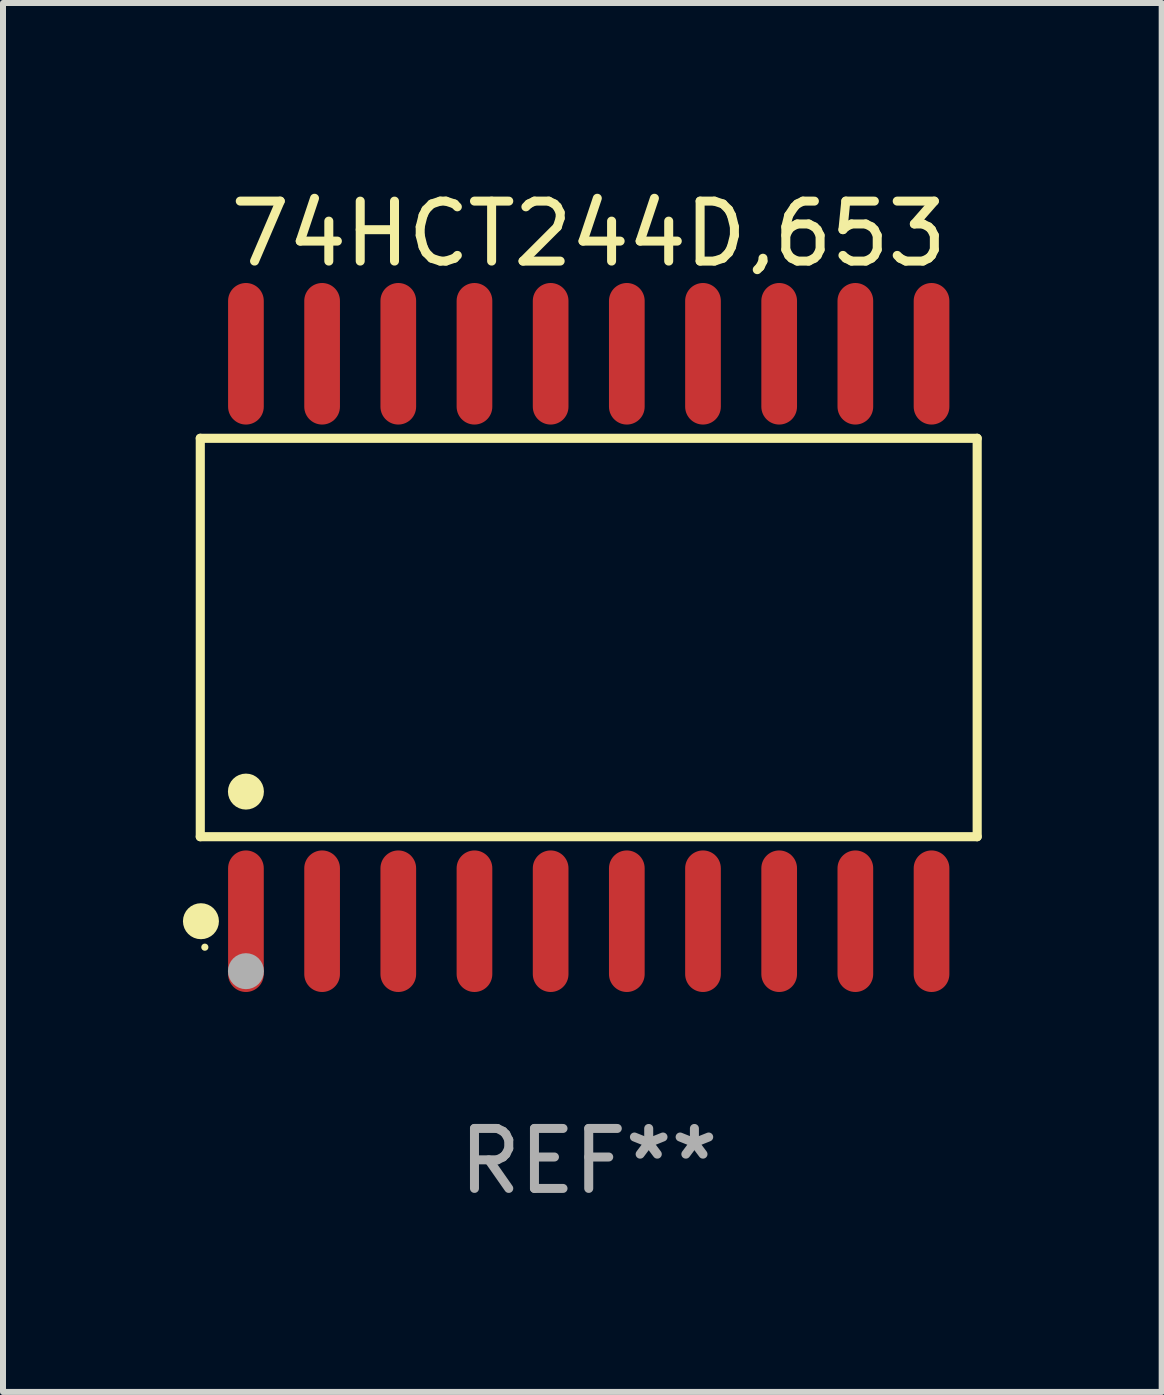
<source format=kicad_pcb>
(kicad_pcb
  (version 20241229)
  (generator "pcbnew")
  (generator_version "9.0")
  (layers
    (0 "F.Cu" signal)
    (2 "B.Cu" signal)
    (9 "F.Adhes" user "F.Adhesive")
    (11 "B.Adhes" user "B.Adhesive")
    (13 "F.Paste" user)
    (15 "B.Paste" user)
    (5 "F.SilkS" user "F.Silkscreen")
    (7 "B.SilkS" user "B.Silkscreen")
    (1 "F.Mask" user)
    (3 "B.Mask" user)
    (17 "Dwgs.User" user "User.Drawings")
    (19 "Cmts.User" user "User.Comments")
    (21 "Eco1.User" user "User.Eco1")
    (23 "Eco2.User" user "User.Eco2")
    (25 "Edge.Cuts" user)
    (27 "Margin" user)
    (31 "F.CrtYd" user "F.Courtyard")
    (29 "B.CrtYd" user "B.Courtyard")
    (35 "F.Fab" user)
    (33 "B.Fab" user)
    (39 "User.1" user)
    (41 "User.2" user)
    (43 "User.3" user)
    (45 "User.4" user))
  (footprint "74HCT244D,653"
    (layer "F.Cu")
    (at 6.765 7.578)
    (property "Reference" "74HCT244D,653" (at 0 -6.73 0) (layer "F.SilkS") (effects (font (size 1 1) (thickness 0.15))))
    (attr through_hole)
    (fp_line (start -6.476 -3.321) (end 6.476 -3.321) (stroke (width 0.152) (type solid)) (layer "F.SilkS"))
    (fp_line (start -6.476 3.321) (end -6.476 -3.321) (stroke (width 0.152) (type solid)) (layer "F.SilkS"))
    (fp_line (start 6.476 -3.321) (end 6.476 3.321) (stroke (width 0.152) (type solid)) (layer "F.SilkS"))
    (fp_line (start 6.476 3.321) (end -6.476 3.321) (stroke (width 0.152) (type solid)) (layer "F.SilkS"))
    (fp_circle (center -6.465 4.73) (end -6.315 4.73) (stroke (width 0.3) (type solid)) (fill no) (layer "F.SilkS"))
    (fp_circle (center -6.4 5.163) (end -6.37 5.163) (stroke (width 0.06) (type solid)) (fill no) (layer "F.SilkS"))
    (fp_circle (center -5.715 2.569) (end -5.565 2.569) (stroke (width 0.3) (type solid)) (fill no) (layer "F.SilkS"))
    (fp_circle (center -5.715 5.563) (end -5.565 5.563) (stroke (width 0.3) (type solid)) (fill no) (layer "F.Fab"))
    (fp_text user "REF**" (at 0 8.73 0) (layer "F.Fab") (effects (font (size 1 1) (thickness 0.15))))
    (pad "1" smd oval (at -5.715 4.73) (size 0.595 2.36) (layers "F.Cu" "F.Mask" "F.Paste"))
    (pad "2" smd oval (at -4.445 4.73) (size 0.595 2.36) (layers "F.Cu" "F.Mask" "F.Paste"))
    (pad "3" smd oval (at -3.175 4.73) (size 0.595 2.36) (layers "F.Cu" "F.Mask" "F.Paste"))
    (pad "4" smd oval (at -1.905 4.73) (size 0.595 2.36) (layers "F.Cu" "F.Mask" "F.Paste"))
    (pad "5" smd oval (at -0.635 4.73) (size 0.595 2.36) (layers "F.Cu" "F.Mask" "F.Paste"))
    (pad "6" smd oval (at 0.635 4.73) (size 0.595 2.36) (layers "F.Cu" "F.Mask" "F.Paste"))
    (pad "7" smd oval (at 1.905 4.73) (size 0.595 2.36) (layers "F.Cu" "F.Mask" "F.Paste"))
    (pad "8" smd oval (at 3.175 4.73) (size 0.595 2.36) (layers "F.Cu" "F.Mask" "F.Paste"))
    (pad "9" smd oval (at 4.445 4.73) (size 0.595 2.36) (layers "F.Cu" "F.Mask" "F.Paste"))
    (pad "10" smd oval (at 5.715 4.73) (size 0.595 2.36) (layers "F.Cu" "F.Mask" "F.Paste"))
    (pad "11" smd oval (at 5.715 -4.73) (size 0.595 2.36) (layers "F.Cu" "F.Mask" "F.Paste"))
    (pad "12" smd oval (at 4.445 -4.73) (size 0.595 2.36) (layers "F.Cu" "F.Mask" "F.Paste"))
    (pad "13" smd oval (at 3.175 -4.73) (size 0.595 2.36) (layers "F.Cu" "F.Mask" "F.Paste"))
    (pad "14" smd oval (at 1.905 -4.73) (size 0.595 2.36) (layers "F.Cu" "F.Mask" "F.Paste"))
    (pad "15" smd oval (at 0.635 -4.73) (size 0.595 2.36) (layers "F.Cu" "F.Mask" "F.Paste"))
    (pad "16" smd oval (at -0.635 -4.73) (size 0.595 2.36) (layers "F.Cu" "F.Mask" "F.Paste"))
    (pad "17" smd oval (at -1.905 -4.73) (size 0.595 2.36) (layers "F.Cu" "F.Mask" "F.Paste"))
    (pad "18" smd oval (at -3.175 -4.73) (size 0.595 2.36) (layers "F.Cu" "F.Mask" "F.Paste"))
    (pad "19" smd oval (at -4.445 -4.73) (size 0.595 2.36) (layers "F.Cu" "F.Mask" "F.Paste"))
    (pad "20" smd oval (at -5.715 -4.73) (size 0.595 2.36) (layers "F.Cu" "F.Mask" "F.Paste")))
  (gr_rect
    (start -3 -3)
    (end 16.317 20.156)
    (stroke (width 0.1) (type default))
    (fill no)
    (layer "Edge.Cuts")))
</source>
